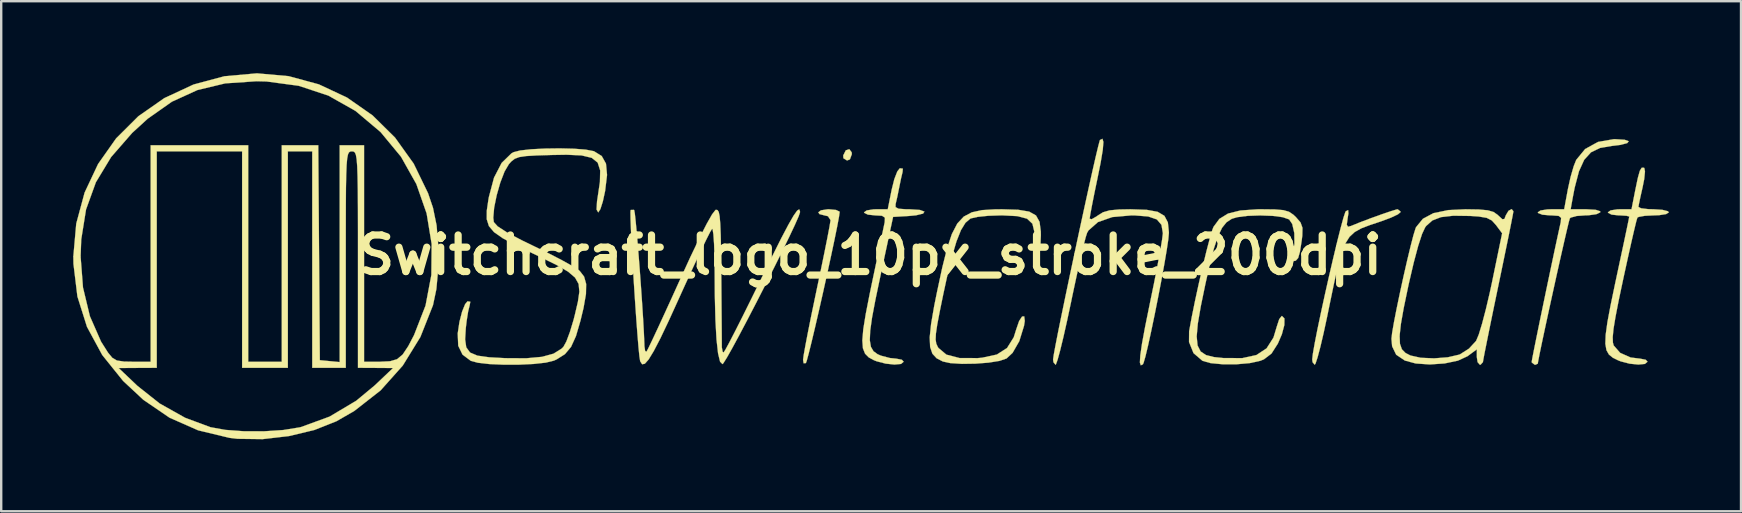
<source format=kicad_pcb>
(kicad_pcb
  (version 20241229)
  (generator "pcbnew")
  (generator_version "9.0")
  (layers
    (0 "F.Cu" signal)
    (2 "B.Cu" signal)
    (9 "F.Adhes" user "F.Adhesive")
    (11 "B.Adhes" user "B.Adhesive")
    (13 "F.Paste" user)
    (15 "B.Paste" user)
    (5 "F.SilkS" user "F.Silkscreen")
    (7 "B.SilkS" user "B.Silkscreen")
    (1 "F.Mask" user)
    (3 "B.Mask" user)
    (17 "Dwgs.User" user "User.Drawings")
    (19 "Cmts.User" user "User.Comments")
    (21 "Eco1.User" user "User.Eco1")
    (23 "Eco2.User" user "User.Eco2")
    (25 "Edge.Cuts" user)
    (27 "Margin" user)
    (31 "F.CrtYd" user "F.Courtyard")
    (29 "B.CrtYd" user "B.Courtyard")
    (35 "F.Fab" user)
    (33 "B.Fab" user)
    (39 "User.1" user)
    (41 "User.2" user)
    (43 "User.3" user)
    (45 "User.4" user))
  (footprint "Switchcraft_logo_10px_stroke_200dpi"
    (layer "F.Cu")
    (at 33.198 7.573)
    (property "Reference" "Switchcraft_logo_10px_stroke_200dpi" (at 0 0 0) (layer "F.SilkS") (effects (font (size 1.524 1.524) (thickness 0.3))))
    (attr through_hole)
    (fp_poly (pts (xy -0.769 -4.278) (xy -0.762 -4.202) (xy -0.843 -3.983) (xy -0.962 -3.937) (xy -1.114 -4.032) (xy -1.121 -4.149) (xy -1.015 -4.36) (xy -0.868 -4.408) (xy -0.769 -4.278)) (stroke (width 0.01) (type solid)) (fill yes) (layer "F.SilkS"))
    (fp_poly (pts (xy -1.421 -1.877) (xy -1.274 -1.807) (xy -1.27 -1.793) (xy -1.297 -1.594) (xy -1.371 -1.198) (xy -1.483 -0.647) (xy -1.624 0.018) (xy -1.784 0.757) (xy -1.955 1.527) (xy -2.127 2.288) (xy -2.291 2.998) (xy -2.438 3.615) (xy -2.558 4.099) (xy -2.642 4.409) (xy -2.677 4.502) (xy -2.771 4.51) (xy -2.794 4.365) (xy -2.768 4.168) (xy -2.696 3.764) (xy -2.586 3.192) (xy -2.446 2.493) (xy -2.282 1.708) (xy -2.223 1.425) (xy -2.054 0.624) (xy -1.905 -0.1) (xy -1.783 -0.708) (xy -1.697 -1.16) (xy -1.654 -1.417) (xy -1.651 -1.454) (xy -1.757 -1.616) (xy -1.905 -1.651) (xy -2.111 -1.704) (xy -2.159 -1.778) (xy -2.047 -1.862) (xy -1.773 -1.904) (xy -1.714 -1.905) (xy -1.421 -1.877)) (stroke (width 0.01) (type solid)) (fill yes) (layer "F.SilkS"))
    (fp_poly (pts (xy 22.095 -1.812) (xy 22.098 -1.788) (xy 21.987 -1.694) (xy 21.693 -1.555) (xy 21.279 -1.401) (xy 21.241 -1.388) (xy 20.804 -1.242) (xy 20.457 -1.109) (xy 20.185 -0.957) (xy 19.969 -0.756) (xy 19.793 -0.475) (xy 19.639 -0.084) (xy 19.49 0.449) (xy 19.33 1.155) (xy 19.141 2.063) (xy 19.037 2.572) (xy 18.892 3.246) (xy 18.756 3.824) (xy 18.64 4.262) (xy 18.555 4.521) (xy 18.52 4.572) (xy 18.431 4.467) (xy 18.416 4.35) (xy 18.444 4.106) (xy 18.52 3.674) (xy 18.634 3.094) (xy 18.778 2.409) (xy 18.941 1.661) (xy 19.114 0.892) (xy 19.288 0.145) (xy 19.452 -0.539) (xy 19.598 -1.117) (xy 19.715 -1.547) (xy 19.795 -1.787) (xy 19.814 -1.821) (xy 19.912 -1.872) (xy 19.924 -1.735) (xy 19.893 -1.542) (xy 19.856 -1.263) (xy 19.907 -1.176) (xy 20.035 -1.211) (xy 20.404 -1.361) (xy 20.849 -1.529) (xy 21.298 -1.691) (xy 21.682 -1.822) (xy 21.929 -1.897) (xy 21.977 -1.905) (xy 22.095 -1.812)) (stroke (width 0.01) (type solid)) (fill yes) (layer "F.SilkS"))
    (fp_poly (pts (xy 1.362 -3.598) (xy 1.351 -3.46) (xy 1.286 -3.184) (xy 1.211 -2.817) (xy 1.206 -2.794) (xy 1.132 -2.426) (xy 1.065 -2.139) (xy 1.061 -2.127) (xy 1.059 -1.995) (xy 1.184 -1.928) (xy 1.49 -1.906) (xy 1.642 -1.905) (xy 2.073 -1.877) (xy 2.261 -1.808) (xy 2.207 -1.726) (xy 1.913 -1.654) (xy 1.621 -1.626) (xy 0.956 -1.587) (xy 0.418 0.921) (xy 0.219 1.87) (xy 0.08 2.604) (xy 0.003 3.154) (xy -0.014 3.55) (xy 0.032 3.824) (xy 0.139 4.008) (xy 0.308 4.131) (xy 0.45 4.193) (xy 0.823 4.291) (xy 1.088 4.318) (xy 1.322 4.363) (xy 1.397 4.445) (xy 1.288 4.538) (xy 1.013 4.563) (xy 0.648 4.525) (xy 0.272 4.427) (xy 0.163 4.385) (xy -0.058 4.266) (xy -0.212 4.11) (xy -0.301 3.885) (xy -0.325 3.557) (xy -0.286 3.093) (xy -0.184 2.462) (xy -0.021 1.63) (xy 0.064 1.22) (xy 0.222 0.47) (xy 0.364 -0.209) (xy 0.482 -0.773) (xy 0.566 -1.176) (xy 0.606 -1.365) (xy 0.615 -1.555) (xy 0.495 -1.635) (xy 0.205 -1.651) (xy -0.094 -1.682) (xy -0.248 -1.758) (xy -0.254 -1.778) (xy -0.142 -1.858) (xy 0.139 -1.902) (xy 0.24 -1.905) (xy 0.734 -1.905) (xy 0.898 -2.725) (xy 1.007 -3.161) (xy 1.132 -3.482) (xy 1.237 -3.614) (xy 1.362 -3.598)) (stroke (width 0.01) (type solid)) (fill yes) (layer "F.SilkS"))
    (fp_poly (pts (xy 31.43 -4.801) (xy 31.601 -4.74) (xy 31.54 -4.662) (xy 31.255 -4.587) (xy 30.903 -4.544) (xy 30.407 -4.46) (xy 30.03 -4.279) (xy 29.746 -3.966) (xy 29.528 -3.487) (xy 29.349 -2.805) (xy 29.267 -2.381) (xy 29.182 -1.905) (xy 29.838 -1.905) (xy 30.227 -1.883) (xy 30.412 -1.823) (xy 30.416 -1.778) (xy 30.252 -1.7) (xy 29.93 -1.655) (xy 29.782 -1.651) (xy 29.425 -1.625) (xy 29.188 -1.559) (xy 29.148 -1.526) (xy 29.107 -1.384) (xy 29.023 -1.035) (xy 28.904 -0.522) (xy 28.76 0.112) (xy 28.6 0.827) (xy 28.434 1.58) (xy 28.27 2.328) (xy 28.118 3.03) (xy 27.987 3.643) (xy 27.887 4.125) (xy 27.827 4.435) (xy 27.813 4.527) (xy 27.715 4.571) (xy 27.686 4.572) (xy 27.563 4.478) (xy 27.559 4.448) (xy 27.584 4.302) (xy 27.653 3.95) (xy 27.757 3.435) (xy 27.887 2.798) (xy 28.035 2.084) (xy 28.191 1.334) (xy 28.347 0.591) (xy 28.494 -0.103) (xy 28.623 -0.704) (xy 28.725 -1.172) (xy 28.768 -1.365) (xy 28.785 -1.548) (xy 28.68 -1.63) (xy 28.393 -1.651) (xy 28.323 -1.651) (xy 28.004 -1.679) (xy 27.826 -1.749) (xy 27.813 -1.778) (xy 27.926 -1.855) (xy 28.212 -1.9) (xy 28.363 -1.905) (xy 28.912 -1.905) (xy 29.068 -2.75) (xy 29.178 -3.248) (xy 29.308 -3.697) (xy 29.413 -3.962) (xy 29.784 -4.414) (xy 30.322 -4.711) (xy 30.977 -4.825) (xy 31.02 -4.826) (xy 31.43 -4.801)) (stroke (width 0.01) (type solid)) (fill yes) (layer "F.SilkS"))
    (fp_poly (pts (xy 32.251 -3.624) (xy 32.278 -3.477) (xy 32.246 -3.16) (xy 32.18 -2.828) (xy 32.088 -2.42) (xy 32.024 -2.115) (xy 32.006 -2) (xy 32.119 -1.946) (xy 32.41 -1.911) (xy 32.639 -1.905) (xy 33.001 -1.882) (xy 33.231 -1.824) (xy 33.274 -1.778) (xy 33.16 -1.705) (xy 32.868 -1.659) (xy 32.646 -1.651) (xy 32.273 -1.633) (xy 32.019 -1.588) (xy 31.961 -1.556) (xy 31.917 -1.408) (xy 31.83 -1.05) (xy 31.708 -0.523) (xy 31.561 0.135) (xy 31.397 0.884) (xy 31.371 1.005) (xy 31.182 1.897) (xy 31.05 2.576) (xy 30.968 3.072) (xy 30.934 3.419) (xy 30.942 3.648) (xy 30.975 3.769) (xy 31.244 4.076) (xy 31.679 4.269) (xy 32.076 4.318) (xy 32.31 4.363) (xy 32.385 4.445) (xy 32.276 4.537) (xy 32.001 4.563) (xy 31.639 4.527) (xy 31.269 4.431) (xy 31.166 4.391) (xy 30.941 4.28) (xy 30.777 4.148) (xy 30.673 3.965) (xy 30.627 3.699) (xy 30.641 3.321) (xy 30.713 2.799) (xy 30.844 2.102) (xy 31.032 1.199) (xy 31.115 0.81) (xy 31.273 0.071) (xy 31.412 -0.579) (xy 31.522 -1.1) (xy 31.595 -1.454) (xy 31.623 -1.6) (xy 31.623 -1.602) (xy 31.511 -1.634) (xy 31.236 -1.651) (xy 31.178 -1.651) (xy 30.885 -1.683) (xy 30.738 -1.761) (xy 30.734 -1.778) (xy 30.846 -1.859) (xy 31.126 -1.902) (xy 31.225 -1.905) (xy 31.717 -1.905) (xy 31.873 -2.699) (xy 31.979 -3.206) (xy 32.062 -3.504) (xy 32.139 -3.634) (xy 32.228 -3.637) (xy 32.251 -3.624)) (stroke (width 0.01) (type solid)) (fill yes) (layer "F.SilkS"))
    (fp_poly (pts (xy 6.163 -1.885) (xy 6.624 -1.808) (xy 6.909 -1.648) (xy 7.058 -1.38) (xy 7.11 -0.979) (xy 7.112 -0.829) (xy 7.083 -0.222) (xy 6.994 0.139) (xy 6.854 0.254) (xy 6.809 0.14) (xy 6.801 -0.154) (xy 6.822 -0.446) (xy 6.843 -0.958) (xy 6.76 -1.303) (xy 6.537 -1.513) (xy 6.138 -1.619) (xy 5.528 -1.651) (xy 5.433 -1.651) (xy 4.92 -1.634) (xy 4.481 -1.589) (xy 4.198 -1.525) (xy 4.171 -1.513) (xy 3.971 -1.342) (xy 3.783 -1.036) (xy 3.597 -0.569) (xy 3.404 0.084) (xy 3.195 0.948) (xy 3.049 1.624) (xy 2.897 2.365) (xy 2.795 2.9) (xy 2.74 3.272) (xy 2.728 3.522) (xy 2.756 3.695) (xy 2.819 3.83) (xy 2.845 3.872) (xy 3.178 4.151) (xy 3.724 4.292) (xy 4.482 4.295) (xy 4.663 4.279) (xy 5.279 4.146) (xy 5.704 3.873) (xy 5.982 3.427) (xy 6.085 3.101) (xy 6.206 2.75) (xy 6.329 2.563) (xy 6.419 2.557) (xy 6.442 2.748) (xy 6.41 2.953) (xy 6.213 3.59) (xy 5.934 4.076) (xy 5.683 4.31) (xy 5.393 4.41) (xy 4.931 4.484) (xy 4.38 4.526) (xy 3.822 4.534) (xy 3.339 4.503) (xy 3.029 4.436) (xy 2.77 4.302) (xy 2.594 4.112) (xy 2.499 3.833) (xy 2.481 3.431) (xy 2.539 2.872) (xy 2.668 2.123) (xy 2.785 1.544) (xy 3.004 0.524) (xy 3.204 -0.274) (xy 3.405 -0.876) (xy 3.63 -1.309) (xy 3.9 -1.6) (xy 4.236 -1.778) (xy 4.659 -1.87) (xy 5.192 -1.902) (xy 5.49 -1.905) (xy 6.163 -1.885)) (stroke (width 0.01) (type solid)) (fill yes) (layer "F.SilkS"))
    (fp_poly (pts (xy 16.86 -1.899) (xy 17.214 -1.869) (xy 17.448 -1.802) (xy 17.63 -1.68) (xy 17.737 -1.578) (xy 17.93 -1.355) (xy 18.01 -1.133) (xy 18.003 -0.81) (xy 17.978 -0.601) (xy 17.906 -0.138) (xy 17.831 0.124) (xy 17.731 0.236) (xy 17.637 0.254) (xy 17.567 0.155) (xy 17.589 0.002) (xy 17.675 -0.452) (xy 17.67 -0.913) (xy 17.584 -1.292) (xy 17.454 -1.483) (xy 17.193 -1.574) (xy 16.763 -1.63) (xy 16.247 -1.649) (xy 15.729 -1.631) (xy 15.29 -1.575) (xy 15.067 -1.509) (xy 14.849 -1.367) (xy 14.661 -1.134) (xy 14.488 -0.777) (xy 14.318 -0.263) (xy 14.137 0.442) (xy 13.968 1.199) (xy 13.774 2.137) (xy 13.65 2.858) (xy 13.603 3.393) (xy 13.64 3.769) (xy 13.767 4.018) (xy 13.992 4.169) (xy 14.323 4.252) (xy 14.712 4.292) (xy 15.501 4.296) (xy 16.092 4.167) (xy 16.516 3.887) (xy 16.802 3.439) (xy 16.949 2.953) (xy 17.041 2.673) (xy 17.145 2.541) (xy 17.155 2.54) (xy 17.259 2.644) (xy 17.255 2.916) (xy 17.152 3.302) (xy 16.986 3.688) (xy 16.72 4.105) (xy 16.406 4.345) (xy 16.256 4.406) (xy 15.815 4.503) (xy 15.262 4.552) (xy 14.689 4.552) (xy 14.185 4.504) (xy 13.846 4.409) (xy 13.471 4.088) (xy 13.284 3.625) (xy 13.288 3.175) (xy 13.396 2.589) (xy 13.534 1.911) (xy 13.69 1.193) (xy 13.853 0.486) (xy 14.009 -0.157) (xy 14.148 -0.687) (xy 14.256 -1.051) (xy 14.304 -1.173) (xy 14.549 -1.505) (xy 14.91 -1.727) (xy 15.426 -1.855) (xy 16.14 -1.904) (xy 16.319 -1.905) (xy 16.86 -1.899)) (stroke (width 0.01) (type solid)) (fill yes) (layer "F.SilkS"))
    (fp_poly (pts (xy 9.717 -4.711) (xy 9.692 -4.385) (xy 9.602 -3.845) (xy 9.469 -3.187) (xy 9.344 -2.586) (xy 9.242 -2.071) (xy 9.172 -1.697) (xy 9.144 -1.516) (xy 9.144 -1.513) (xy 9.228 -1.49) (xy 9.435 -1.609) (xy 9.479 -1.642) (xy 9.7 -1.78) (xy 9.976 -1.86) (xy 10.377 -1.897) (xy 10.847 -1.905) (xy 11.519 -1.882) (xy 11.977 -1.799) (xy 12.259 -1.632) (xy 12.403 -1.358) (xy 12.445 -0.953) (xy 12.445 -0.914) (xy 12.421 -0.651) (xy 12.355 -0.206) (xy 12.256 0.376) (xy 12.133 1.051) (xy 11.994 1.772) (xy 11.85 2.495) (xy 11.708 3.174) (xy 11.579 3.764) (xy 11.47 4.22) (xy 11.39 4.496) (xy 11.362 4.555) (xy 11.274 4.595) (xy 11.237 4.475) (xy 11.254 4.18) (xy 11.325 3.692) (xy 11.454 2.994) (xy 11.642 2.068) (xy 11.668 1.94) (xy 11.83 1.154) (xy 11.971 0.433) (xy 12.084 -0.177) (xy 12.161 -0.634) (xy 12.193 -0.893) (xy 12.194 -0.912) (xy 12.136 -1.256) (xy 11.945 -1.481) (xy 11.584 -1.605) (xy 11.018 -1.65) (xy 10.881 -1.651) (xy 10.086 -1.58) (xy 9.49 -1.371) (xy 9.1 -1.028) (xy 9.04 -0.928) (xy 8.979 -0.738) (xy 8.877 -0.341) (xy 8.745 0.225) (xy 8.591 0.918) (xy 8.424 1.698) (xy 8.375 1.937) (xy 8.209 2.717) (xy 8.054 3.405) (xy 7.918 3.965) (xy 7.81 4.362) (xy 7.739 4.558) (xy 7.725 4.572) (xy 7.636 4.467) (xy 7.621 4.35) (xy 7.647 4.166) (xy 7.719 3.774) (xy 7.83 3.208) (xy 7.974 2.502) (xy 8.142 1.691) (xy 8.327 0.808) (xy 8.523 -0.113) (xy 8.721 -1.038) (xy 8.915 -1.932) (xy 9.097 -2.762) (xy 9.26 -3.495) (xy 9.397 -4.094) (xy 9.501 -4.528) (xy 9.563 -4.762) (xy 9.576 -4.792) (xy 9.678 -4.841) (xy 9.717 -4.711)) (stroke (width 0.01) (type solid)) (fill yes) (layer "F.SilkS"))
    (fp_poly (pts (xy 26.796 -1.824) (xy 26.796 -1.81) (xy 26.77 -1.664) (xy 26.7 -1.304) (xy 26.592 -0.767) (xy 26.452 -0.086) (xy 26.289 0.703) (xy 26.161 1.32) (xy 25.985 2.166) (xy 25.828 2.931) (xy 25.697 3.578) (xy 25.598 4.072) (xy 25.54 4.379) (xy 25.527 4.463) (xy 25.43 4.569) (xy 25.4 4.572) (xy 25.305 4.463) (xy 25.273 4.251) (xy 25.273 3.929) (xy 24.884 4.217) (xy 24.484 4.401) (xy 23.93 4.517) (xy 23.314 4.559) (xy 22.729 4.519) (xy 22.276 4.397) (xy 21.913 4.153) (xy 21.744 3.802) (xy 21.717 3.489) (xy 21.732 3.358) (xy 22.057 3.358) (xy 22.071 3.698) (xy 22.152 3.928) (xy 22.302 4.081) (xy 22.51 4.187) (xy 22.936 4.281) (xy 23.492 4.305) (xy 24.061 4.261) (xy 24.529 4.153) (xy 24.576 4.135) (xy 24.944 3.901) (xy 25.237 3.584) (xy 25.248 3.566) (xy 25.354 3.312) (xy 25.492 2.86) (xy 25.649 2.263) (xy 25.811 1.574) (xy 25.905 1.138) (xy 26.327 -0.904) (xy 26.073 -1.246) (xy 25.899 -1.438) (xy 25.684 -1.548) (xy 25.351 -1.604) (xy 25.006 -1.627) (xy 24.294 -1.637) (xy 23.782 -1.578) (xy 23.42 -1.439) (xy 23.162 -1.208) (xy 23.123 -1.156) (xy 22.992 -0.876) (xy 22.829 -0.375) (xy 22.644 0.319) (xy 22.444 1.175) (xy 22.409 1.337) (xy 22.227 2.212) (xy 22.11 2.874) (xy 22.057 3.358) (xy 21.732 3.358) (xy 21.745 3.24) (xy 21.821 2.802) (xy 21.933 2.229) (xy 22.07 1.574) (xy 22.22 0.887) (xy 22.372 0.223) (xy 22.514 -0.367) (xy 22.634 -0.83) (xy 22.722 -1.114) (xy 22.741 -1.159) (xy 23.027 -1.509) (xy 23.464 -1.743) (xy 24.083 -1.871) (xy 24.797 -1.905) (xy 25.361 -1.896) (xy 25.732 -1.862) (xy 25.971 -1.792) (xy 26.139 -1.674) (xy 26.156 -1.657) (xy 26.338 -1.49) (xy 26.423 -1.503) (xy 26.482 -1.657) (xy 26.593 -1.843) (xy 26.726 -1.912) (xy 26.796 -1.824)) (stroke (width 0.01) (type solid)) (fill yes) (layer "F.SilkS"))
    (fp_poly (pts (xy -2.922 -1.815) (xy -2.921 -1.782) (xy -2.977 -1.615) (xy -3.131 -1.264) (xy -3.366 -0.765) (xy -3.664 -0.154) (xy -4.006 0.534) (xy -4.375 1.264) (xy -4.751 1.999) (xy -5.117 2.704) (xy -5.454 3.343) (xy -5.745 3.88) (xy -5.971 4.28) (xy -6.114 4.507) (xy -6.15 4.546) (xy -6.251 4.446) (xy -6.335 4.1) (xy -6.4 3.516) (xy -6.445 2.701) (xy -6.471 1.662) (xy -6.477 0.735) (xy -6.484 0.081) (xy -6.502 -0.466) (xy -6.53 -0.865) (xy -6.564 -1.073) (xy -6.583 -1.092) (xy -6.663 -0.963) (xy -6.83 -0.633) (xy -7.069 -0.137) (xy -7.365 0.493) (xy -7.701 1.225) (xy -7.949 1.772) (xy -8.386 2.731) (xy -8.738 3.47) (xy -9.016 4.005) (xy -9.228 4.353) (xy -9.386 4.53) (xy -9.498 4.551) (xy -9.576 4.433) (xy -9.582 4.413) (xy -9.612 4.221) (xy -9.651 3.829) (xy -9.696 3.277) (xy -9.746 2.609) (xy -9.797 1.866) (xy -9.847 1.091) (xy -9.893 0.326) (xy -9.932 -0.387) (xy -9.963 -1.006) (xy -9.981 -1.488) (xy -9.985 -1.791) (xy -9.977 -1.876) (xy -9.84 -1.88) (xy -9.829 -1.87) (xy -9.803 -1.732) (xy -9.765 -1.384) (xy -9.717 -0.871) (xy -9.664 -0.235) (xy -9.608 0.479) (xy -9.553 1.227) (xy -9.502 1.966) (xy -9.458 2.651) (xy -9.425 3.24) (xy -9.406 3.688) (xy -9.403 3.799) (xy -9.372 4.001) (xy -9.317 4.026) (xy -9.245 3.892) (xy -9.084 3.559) (xy -8.849 3.058) (xy -8.556 2.423) (xy -8.218 1.684) (xy -7.932 1.052) (xy -7.492 0.091) (xy -7.115 -0.696) (xy -6.81 -1.296) (xy -6.584 -1.694) (xy -6.444 -1.874) (xy -6.425 -1.883) (xy -6.359 -1.873) (xy -6.307 -1.793) (xy -6.27 -1.613) (xy -6.243 -1.302) (xy -6.224 -0.832) (xy -6.211 -0.172) (xy -6.202 0.708) (xy -6.2 0.848) (xy -6.194 1.673) (xy -6.188 2.421) (xy -6.183 3.051) (xy -6.18 3.524) (xy -6.179 3.798) (xy -6.179 3.842) (xy -6.145 4.028) (xy -6.106 4.06) (xy -6.033 3.95) (xy -5.865 3.64) (xy -5.618 3.162) (xy -5.307 2.546) (xy -4.947 1.82) (xy -4.582 1.076) (xy -4.097 0.088) (xy -3.71 -0.684) (xy -3.41 -1.254) (xy -3.19 -1.637) (xy -3.041 -1.848) (xy -2.955 -1.903) (xy -2.922 -1.815)) (stroke (width 0.01) (type solid)) (fill yes) (layer "F.SilkS"))
    (fp_poly (pts (xy -12.343 -4.428) (xy -11.848 -4.39) (xy -11.519 -4.327) (xy -11.5 -4.321) (xy -11.181 -4.123) (xy -11.004 -3.806) (xy -10.96 -3.334) (xy -11.04 -2.67) (xy -11.04 -2.667) (xy -11.135 -2.231) (xy -11.236 -1.914) (xy -11.323 -1.779) (xy -11.329 -1.778) (xy -11.397 -1.895) (xy -11.377 -2.24) (xy -11.355 -2.381) (xy -11.257 -3.043) (xy -11.246 -3.523) (xy -11.35 -3.849) (xy -11.598 -4.048) (xy -12.02 -4.149) (xy -12.645 -4.177) (xy -13.251 -4.167) (xy -13.893 -4.148) (xy -14.331 -4.122) (xy -14.619 -4.079) (xy -14.807 -4.008) (xy -14.947 -3.898) (xy -15.049 -3.785) (xy -15.23 -3.477) (xy -15.407 -3.017) (xy -15.558 -2.488) (xy -15.663 -1.972) (xy -15.699 -1.553) (xy -15.677 -1.372) (xy -15.518 -1.194) (xy -15.131 -0.942) (xy -14.51 -0.613) (xy -13.989 -0.36) (xy -13.379 -0.063) (xy -12.83 0.221) (xy -12.397 0.464) (xy -12.131 0.637) (xy -12.097 0.665) (xy -11.916 0.9) (xy -11.83 1.206) (xy -11.838 1.627) (xy -11.94 2.209) (xy -12.066 2.732) (xy -12.255 3.378) (xy -12.459 3.826) (xy -12.714 4.13) (xy -13.055 4.346) (xy -13.172 4.399) (xy -13.511 4.483) (xy -14.019 4.539) (xy -14.628 4.568) (xy -15.265 4.569) (xy -15.86 4.543) (xy -16.342 4.488) (xy -16.637 4.408) (xy -16.981 4.149) (xy -17.159 3.783) (xy -17.181 3.269) (xy -17.109 2.787) (xy -16.998 2.357) (xy -16.872 2.047) (xy -16.772 1.929) (xy -16.655 1.946) (xy -16.684 2.099) (xy -16.746 2.351) (xy -16.809 2.75) (xy -16.843 3.037) (xy -16.872 3.513) (xy -16.825 3.845) (xy -16.667 4.062) (xy -16.36 4.192) (xy -15.87 4.261) (xy -15.202 4.297) (xy -14.33 4.302) (xy -13.671 4.242) (xy -13.189 4.11) (xy -12.85 3.898) (xy -12.778 3.826) (xy -12.655 3.603) (xy -12.506 3.203) (xy -12.354 2.699) (xy -12.301 2.491) (xy -12.173 1.944) (xy -12.113 1.528) (xy -12.144 1.205) (xy -12.294 0.939) (xy -12.586 0.691) (xy -13.048 0.424) (xy -13.702 0.101) (xy -14.03 -0.055) (xy -14.77 -0.413) (xy -15.307 -0.7) (xy -15.668 -0.953) (xy -15.881 -1.204) (xy -15.972 -1.491) (xy -15.97 -1.847) (xy -15.902 -2.308) (xy -15.884 -2.411) (xy -15.668 -3.223) (xy -15.35 -3.837) (xy -14.942 -4.234) (xy -14.855 -4.283) (xy -14.58 -4.354) (xy -14.122 -4.405) (xy -13.549 -4.434) (xy -12.933 -4.442) (xy -12.343 -4.428)) (stroke (width 0.01) (type solid)) (fill yes) (layer "F.SilkS"))
    (fp_poly (pts (xy -24.224 -7.45) (xy -22.966 -7.109) (xy -21.792 -6.559) (xy -20.727 -5.815) (xy -19.793 -4.893) (xy -19.015 -3.807) (xy -18.416 -2.573) (xy -18.211 -1.968) (xy -18.061 -1.236) (xy -17.988 -0.362) (xy -17.991 0.557) (xy -18.07 1.423) (xy -18.21 2.089) (xy -18.735 3.414) (xy -19.468 4.604) (xy -20.391 5.638) (xy -21.491 6.498) (xy -22.233 6.925) (xy -23.151 7.289) (xy -24.207 7.542) (xy -25.306 7.67) (xy -26.35 7.657) (xy -26.687 7.617) (xy -27.994 7.303) (xy -29.183 6.779) (xy -30.279 6.03) (xy -31.118 5.248) (xy -31.553 4.708) (xy -31.305 4.708) (xy -30.522 5.452) (xy -29.596 6.186) (xy -28.532 6.783) (xy -27.482 7.173) (xy -26.862 7.285) (xy -26.088 7.342) (xy -25.253 7.344) (xy -24.451 7.291) (xy -23.775 7.182) (xy -23.704 7.165) (xy -22.519 6.732) (xy -21.407 6.07) (xy -20.64 5.434) (xy -19.875 4.708) (xy -20.606 4.703) (xy -21.336 4.699) (xy -21.336 0.191) (xy -21.336 -0.997) (xy -21.338 -1.956) (xy -21.343 -2.71) (xy -21.353 -3.283) (xy -21.368 -3.701) (xy -21.391 -3.988) (xy -21.422 -4.169) (xy -21.463 -4.268) (xy -21.516 -4.309) (xy -21.581 -4.318) (xy -21.59 -4.318) (xy -21.657 -4.311) (xy -21.711 -4.275) (xy -21.753 -4.185) (xy -21.786 -4.016) (xy -21.809 -3.744) (xy -21.825 -3.343) (xy -21.836 -2.79) (xy -21.841 -2.06) (xy -21.843 -1.129) (xy -21.844 0.03) (xy -21.844 0.191) (xy -21.844 4.699) (xy -23.241 4.699) (xy -23.241 -4.318) (xy -24.257 -4.318) (xy -24.257 4.699) (xy -26.162 4.699) (xy -26.162 -4.318) (xy -29.718 -4.318) (xy -29.718 4.699) (xy -30.512 4.703) (xy -31.305 4.708) (xy -31.553 4.708) (xy -31.99 4.164) (xy -32.624 2.994) (xy -33.023 1.731) (xy -33.188 0.368) (xy -33.193 0.064) (xy -32.89 0.064) (xy -32.791 1.354) (xy -32.503 2.551) (xy -32.037 3.611) (xy -31.746 4.07) (xy -31.571 4.282) (xy -31.377 4.395) (xy -31.081 4.439) (xy -30.725 4.445) (xy -29.972 4.445) (xy -29.972 -4.572) (xy -25.908 -4.572) (xy -25.908 4.445) (xy -24.511 4.445) (xy -24.511 -4.572) (xy -22.99 -4.572) (xy -22.924 4.381) (xy -22.511 4.421) (xy -22.098 4.461) (xy -22.098 -4.572) (xy -21.082 -4.572) (xy -21.082 4.445) (xy -20.403 4.445) (xy -20 4.426) (xy -19.708 4.341) (xy -19.474 4.146) (xy -19.242 3.798) (xy -18.998 3.332) (xy -18.521 2.107) (xy -18.279 0.833) (xy -18.266 -0.458) (xy -18.476 -1.732) (xy -18.903 -2.955) (xy -19.543 -4.094) (xy -20.389 -5.116) (xy -20.4 -5.127) (xy -21.437 -6.001) (xy -22.569 -6.641) (xy -23.803 -7.049) (xy -25.147 -7.229) (xy -25.567 -7.239) (xy -26.865 -7.15) (xy -28.024 -6.872) (xy -29.087 -6.387) (xy -30.095 -5.678) (xy -30.745 -5.084) (xy -31.619 -4.081) (xy -32.254 -3.03) (xy -32.664 -1.897) (xy -32.864 -0.647) (xy -32.89 0.064) (xy -33.193 0.064) (xy -33.072 -1.308) (xy -32.723 -2.601) (xy -32.162 -3.792) (xy -31.41 -4.859) (xy -30.484 -5.781) (xy -29.403 -6.536) (xy -28.186 -7.102) (xy -26.898 -7.447) (xy -25.543 -7.568) (xy -24.224 -7.45)) (stroke (width 0.01) (type solid)) (fill yes) (layer "F.SilkS")))
  (gr_rect
    (start -3 -3)
    (end 69.477 18.248)
    (stroke (width 0.1) (type default))
    (fill no)
    (layer "Edge.Cuts")))
</source>
